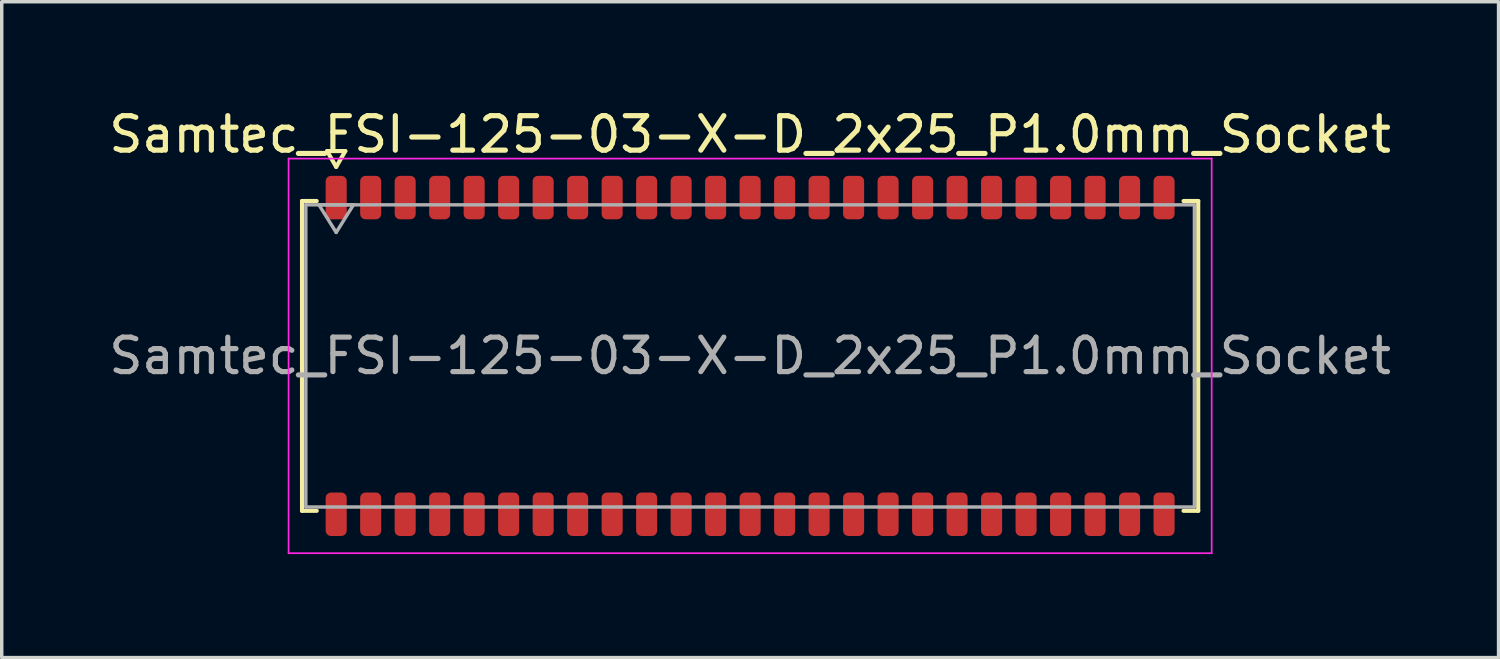
<source format=kicad_pcb>
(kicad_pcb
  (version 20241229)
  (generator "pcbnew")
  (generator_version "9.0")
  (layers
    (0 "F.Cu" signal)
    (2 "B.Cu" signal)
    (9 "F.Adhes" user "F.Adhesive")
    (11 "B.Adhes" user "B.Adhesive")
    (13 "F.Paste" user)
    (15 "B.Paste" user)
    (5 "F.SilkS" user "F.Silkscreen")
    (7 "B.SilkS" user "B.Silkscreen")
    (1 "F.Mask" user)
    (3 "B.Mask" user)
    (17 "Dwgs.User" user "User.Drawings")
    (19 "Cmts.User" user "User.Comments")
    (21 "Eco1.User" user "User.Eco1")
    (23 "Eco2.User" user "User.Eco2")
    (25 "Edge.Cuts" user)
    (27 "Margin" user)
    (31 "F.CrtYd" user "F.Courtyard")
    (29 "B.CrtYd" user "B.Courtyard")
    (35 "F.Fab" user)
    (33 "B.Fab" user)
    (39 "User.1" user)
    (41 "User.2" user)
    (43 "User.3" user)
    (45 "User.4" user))
  (footprint "Samtec_FSI-125-03-X-D_2x25_P1.0mm_Socket"
    (layer "F.Cu")
    (at 18.696 7.268)
    (property "Reference" "Samtec_FSI-125-03-X-D_2x25_P1.0mm_Socket" (at 0 -6.42 0) (layer "F.SilkS") (effects (font (size 1 1) (thickness 0.15))))
    (attr smd)
    (fp_line (start -12.99 -4.49) (end -12.565 -4.49) (stroke (width 0.12) (type solid)) (layer "F.SilkS"))
    (fp_line (start -12.99 4.49) (end -12.99 -4.49) (stroke (width 0.12) (type solid)) (layer "F.SilkS"))
    (fp_line (start -12.565 4.49) (end -12.99 4.49) (stroke (width 0.12) (type solid)) (layer "F.SilkS"))
    (fp_line (start -12.264 -5.938) (end -12 -5.48) (stroke (width 0.12) (type solid)) (layer "F.SilkS"))
    (fp_line (start -12 -5.48) (end -11.736 -5.938) (stroke (width 0.12) (type solid)) (layer "F.SilkS"))
    (fp_line (start -11.736 -5.938) (end -12.264 -5.938) (stroke (width 0.12) (type solid)) (layer "F.SilkS"))
    (fp_line (start 12.565 -4.49) (end 12.99 -4.49) (stroke (width 0.12) (type solid)) (layer "F.SilkS"))
    (fp_line (start 12.99 -4.49) (end 12.99 4.49) (stroke (width 0.12) (type solid)) (layer "F.SilkS"))
    (fp_line (start 12.99 4.49) (end 12.565 4.49) (stroke (width 0.12) (type solid)) (layer "F.SilkS"))
    (fp_line (start -13.38 -5.72) (end -13.38 5.72) (stroke (width 0.05) (type solid)) (layer "F.CrtYd"))
    (fp_line (start -13.38 5.72) (end 13.38 5.72) (stroke (width 0.05) (type solid)) (layer "F.CrtYd"))
    (fp_line (start 13.38 -5.72) (end -13.38 -5.72) (stroke (width 0.05) (type solid)) (layer "F.CrtYd"))
    (fp_line (start 13.38 5.72) (end 13.38 -5.72) (stroke (width 0.05) (type solid)) (layer "F.CrtYd"))
    (fp_line (start -12.88 -4.38) (end 12.88 -4.38) (stroke (width 0.1) (type solid)) (layer "F.Fab"))
    (fp_line (start -12.88 4.38) (end -12.88 -4.38) (stroke (width 0.1) (type solid)) (layer "F.Fab"))
    (fp_line (start -12.5 -4.38) (end -12 -3.58) (stroke (width 0.1) (type solid)) (layer "F.Fab"))
    (fp_line (start -12 -3.58) (end -11.5 -4.38) (stroke (width 0.1) (type solid)) (layer "F.Fab"))
    (fp_line (start -11.5 -4.38) (end -12.5 -4.38) (stroke (width 0.1) (type solid)) (layer "F.Fab"))
    (fp_line (start 12.88 -4.38) (end 12.88 4.38) (stroke (width 0.1) (type solid)) (layer "F.Fab"))
    (fp_line (start 12.88 4.38) (end -12.88 4.38) (stroke (width 0.1) (type solid)) (layer "F.Fab"))
    (fp_text user "${REFERENCE}" (at 0 0 0) (layer "F.Fab") (effects (font (size 1 1) (thickness 0.15))))
    (pad "1" smd roundrect (at -12 -4.59) (size 0.61 1.26) (layers "F.Cu" "F.Mask" "F.Paste") (roundrect_rratio 0.25))
    (pad "2" smd roundrect (at -12 4.59) (size 0.61 1.26) (layers "F.Cu" "F.Mask" "F.Paste") (roundrect_rratio 0.25))
    (pad "3" smd roundrect (at -11 -4.59) (size 0.61 1.26) (layers "F.Cu" "F.Mask" "F.Paste") (roundrect_rratio 0.25))
    (pad "4" smd roundrect (at -11 4.59) (size 0.61 1.26) (layers "F.Cu" "F.Mask" "F.Paste") (roundrect_rratio 0.25))
    (pad "5" smd roundrect (at -10 -4.59) (size 0.61 1.26) (layers "F.Cu" "F.Mask" "F.Paste") (roundrect_rratio 0.25))
    (pad "6" smd roundrect (at -10 4.59) (size 0.61 1.26) (layers "F.Cu" "F.Mask" "F.Paste") (roundrect_rratio 0.25))
    (pad "7" smd roundrect (at -9 -4.59) (size 0.61 1.26) (layers "F.Cu" "F.Mask" "F.Paste") (roundrect_rratio 0.25))
    (pad "8" smd roundrect (at -9 4.59) (size 0.61 1.26) (layers "F.Cu" "F.Mask" "F.Paste") (roundrect_rratio 0.25))
    (pad "9" smd roundrect (at -8 -4.59) (size 0.61 1.26) (layers "F.Cu" "F.Mask" "F.Paste") (roundrect_rratio 0.25))
    (pad "10" smd roundrect (at -8 4.59) (size 0.61 1.26) (layers "F.Cu" "F.Mask" "F.Paste") (roundrect_rratio 0.25))
    (pad "11" smd roundrect (at -7 -4.59) (size 0.61 1.26) (layers "F.Cu" "F.Mask" "F.Paste") (roundrect_rratio 0.25))
    (pad "12" smd roundrect (at -7 4.59) (size 0.61 1.26) (layers "F.Cu" "F.Mask" "F.Paste") (roundrect_rratio 0.25))
    (pad "13" smd roundrect (at -6 -4.59) (size 0.61 1.26) (layers "F.Cu" "F.Mask" "F.Paste") (roundrect_rratio 0.25))
    (pad "14" smd roundrect (at -6 4.59) (size 0.61 1.26) (layers "F.Cu" "F.Mask" "F.Paste") (roundrect_rratio 0.25))
    (pad "15" smd roundrect (at -5 -4.59) (size 0.61 1.26) (layers "F.Cu" "F.Mask" "F.Paste") (roundrect_rratio 0.25))
    (pad "16" smd roundrect (at -5 4.59) (size 0.61 1.26) (layers "F.Cu" "F.Mask" "F.Paste") (roundrect_rratio 0.25))
    (pad "17" smd roundrect (at -4 -4.59) (size 0.61 1.26) (layers "F.Cu" "F.Mask" "F.Paste") (roundrect_rratio 0.25))
    (pad "18" smd roundrect (at -4 4.59) (size 0.61 1.26) (layers "F.Cu" "F.Mask" "F.Paste") (roundrect_rratio 0.25))
    (pad "19" smd roundrect (at -3 -4.59) (size 0.61 1.26) (layers "F.Cu" "F.Mask" "F.Paste") (roundrect_rratio 0.25))
    (pad "20" smd roundrect (at -3 4.59) (size 0.61 1.26) (layers "F.Cu" "F.Mask" "F.Paste") (roundrect_rratio 0.25))
    (pad "21" smd roundrect (at -2 -4.59) (size 0.61 1.26) (layers "F.Cu" "F.Mask" "F.Paste") (roundrect_rratio 0.25))
    (pad "22" smd roundrect (at -2 4.59) (size 0.61 1.26) (layers "F.Cu" "F.Mask" "F.Paste") (roundrect_rratio 0.25))
    (pad "23" smd roundrect (at -1 -4.59) (size 0.61 1.26) (layers "F.Cu" "F.Mask" "F.Paste") (roundrect_rratio 0.25))
    (pad "24" smd roundrect (at -1 4.59) (size 0.61 1.26) (layers "F.Cu" "F.Mask" "F.Paste") (roundrect_rratio 0.25))
    (pad "25" smd roundrect (at 0 -4.59) (size 0.61 1.26) (layers "F.Cu" "F.Mask" "F.Paste") (roundrect_rratio 0.25))
    (pad "26" smd roundrect (at 0 4.59) (size 0.61 1.26) (layers "F.Cu" "F.Mask" "F.Paste") (roundrect_rratio 0.25))
    (pad "27" smd roundrect (at 1 -4.59) (size 0.61 1.26) (layers "F.Cu" "F.Mask" "F.Paste") (roundrect_rratio 0.25))
    (pad "28" smd roundrect (at 1 4.59) (size 0.61 1.26) (layers "F.Cu" "F.Mask" "F.Paste") (roundrect_rratio 0.25))
    (pad "29" smd roundrect (at 2 -4.59) (size 0.61 1.26) (layers "F.Cu" "F.Mask" "F.Paste") (roundrect_rratio 0.25))
    (pad "30" smd roundrect (at 2 4.59) (size 0.61 1.26) (layers "F.Cu" "F.Mask" "F.Paste") (roundrect_rratio 0.25))
    (pad "31" smd roundrect (at 3 -4.59) (size 0.61 1.26) (layers "F.Cu" "F.Mask" "F.Paste") (roundrect_rratio 0.25))
    (pad "32" smd roundrect (at 3 4.59) (size 0.61 1.26) (layers "F.Cu" "F.Mask" "F.Paste") (roundrect_rratio 0.25))
    (pad "33" smd roundrect (at 4 -4.59) (size 0.61 1.26) (layers "F.Cu" "F.Mask" "F.Paste") (roundrect_rratio 0.25))
    (pad "34" smd roundrect (at 4 4.59) (size 0.61 1.26) (layers "F.Cu" "F.Mask" "F.Paste") (roundrect_rratio 0.25))
    (pad "35" smd roundrect (at 5 -4.59) (size 0.61 1.26) (layers "F.Cu" "F.Mask" "F.Paste") (roundrect_rratio 0.25))
    (pad "36" smd roundrect (at 5 4.59) (size 0.61 1.26) (layers "F.Cu" "F.Mask" "F.Paste") (roundrect_rratio 0.25))
    (pad "37" smd roundrect (at 6 -4.59) (size 0.61 1.26) (layers "F.Cu" "F.Mask" "F.Paste") (roundrect_rratio 0.25))
    (pad "38" smd roundrect (at 6 4.59) (size 0.61 1.26) (layers "F.Cu" "F.Mask" "F.Paste") (roundrect_rratio 0.25))
    (pad "39" smd roundrect (at 7 -4.59) (size 0.61 1.26) (layers "F.Cu" "F.Mask" "F.Paste") (roundrect_rratio 0.25))
    (pad "40" smd roundrect (at 7 4.59) (size 0.61 1.26) (layers "F.Cu" "F.Mask" "F.Paste") (roundrect_rratio 0.25))
    (pad "41" smd roundrect (at 8 -4.59) (size 0.61 1.26) (layers "F.Cu" "F.Mask" "F.Paste") (roundrect_rratio 0.25))
    (pad "42" smd roundrect (at 8 4.59) (size 0.61 1.26) (layers "F.Cu" "F.Mask" "F.Paste") (roundrect_rratio 0.25))
    (pad "43" smd roundrect (at 9 -4.59) (size 0.61 1.26) (layers "F.Cu" "F.Mask" "F.Paste") (roundrect_rratio 0.25))
    (pad "44" smd roundrect (at 9 4.59) (size 0.61 1.26) (layers "F.Cu" "F.Mask" "F.Paste") (roundrect_rratio 0.25))
    (pad "45" smd roundrect (at 10 -4.59) (size 0.61 1.26) (layers "F.Cu" "F.Mask" "F.Paste") (roundrect_rratio 0.25))
    (pad "46" smd roundrect (at 10 4.59) (size 0.61 1.26) (layers "F.Cu" "F.Mask" "F.Paste") (roundrect_rratio 0.25))
    (pad "47" smd roundrect (at 11 -4.59) (size 0.61 1.26) (layers "F.Cu" "F.Mask" "F.Paste") (roundrect_rratio 0.25))
    (pad "48" smd roundrect (at 11 4.59) (size 0.61 1.26) (layers "F.Cu" "F.Mask" "F.Paste") (roundrect_rratio 0.25))
    (pad "49" smd roundrect (at 12 -4.59) (size 0.61 1.26) (layers "F.Cu" "F.Mask" "F.Paste") (roundrect_rratio 0.25))
    (pad "50" smd roundrect (at 12 4.59) (size 0.61 1.26) (layers "F.Cu" "F.Mask" "F.Paste") (roundrect_rratio 0.25)))
  (gr_rect
    (start -3 -3)
    (end 40.393 16.013)
    (stroke (width 0.1) (type default))
    (fill no)
    (layer "Edge.Cuts")))
</source>
